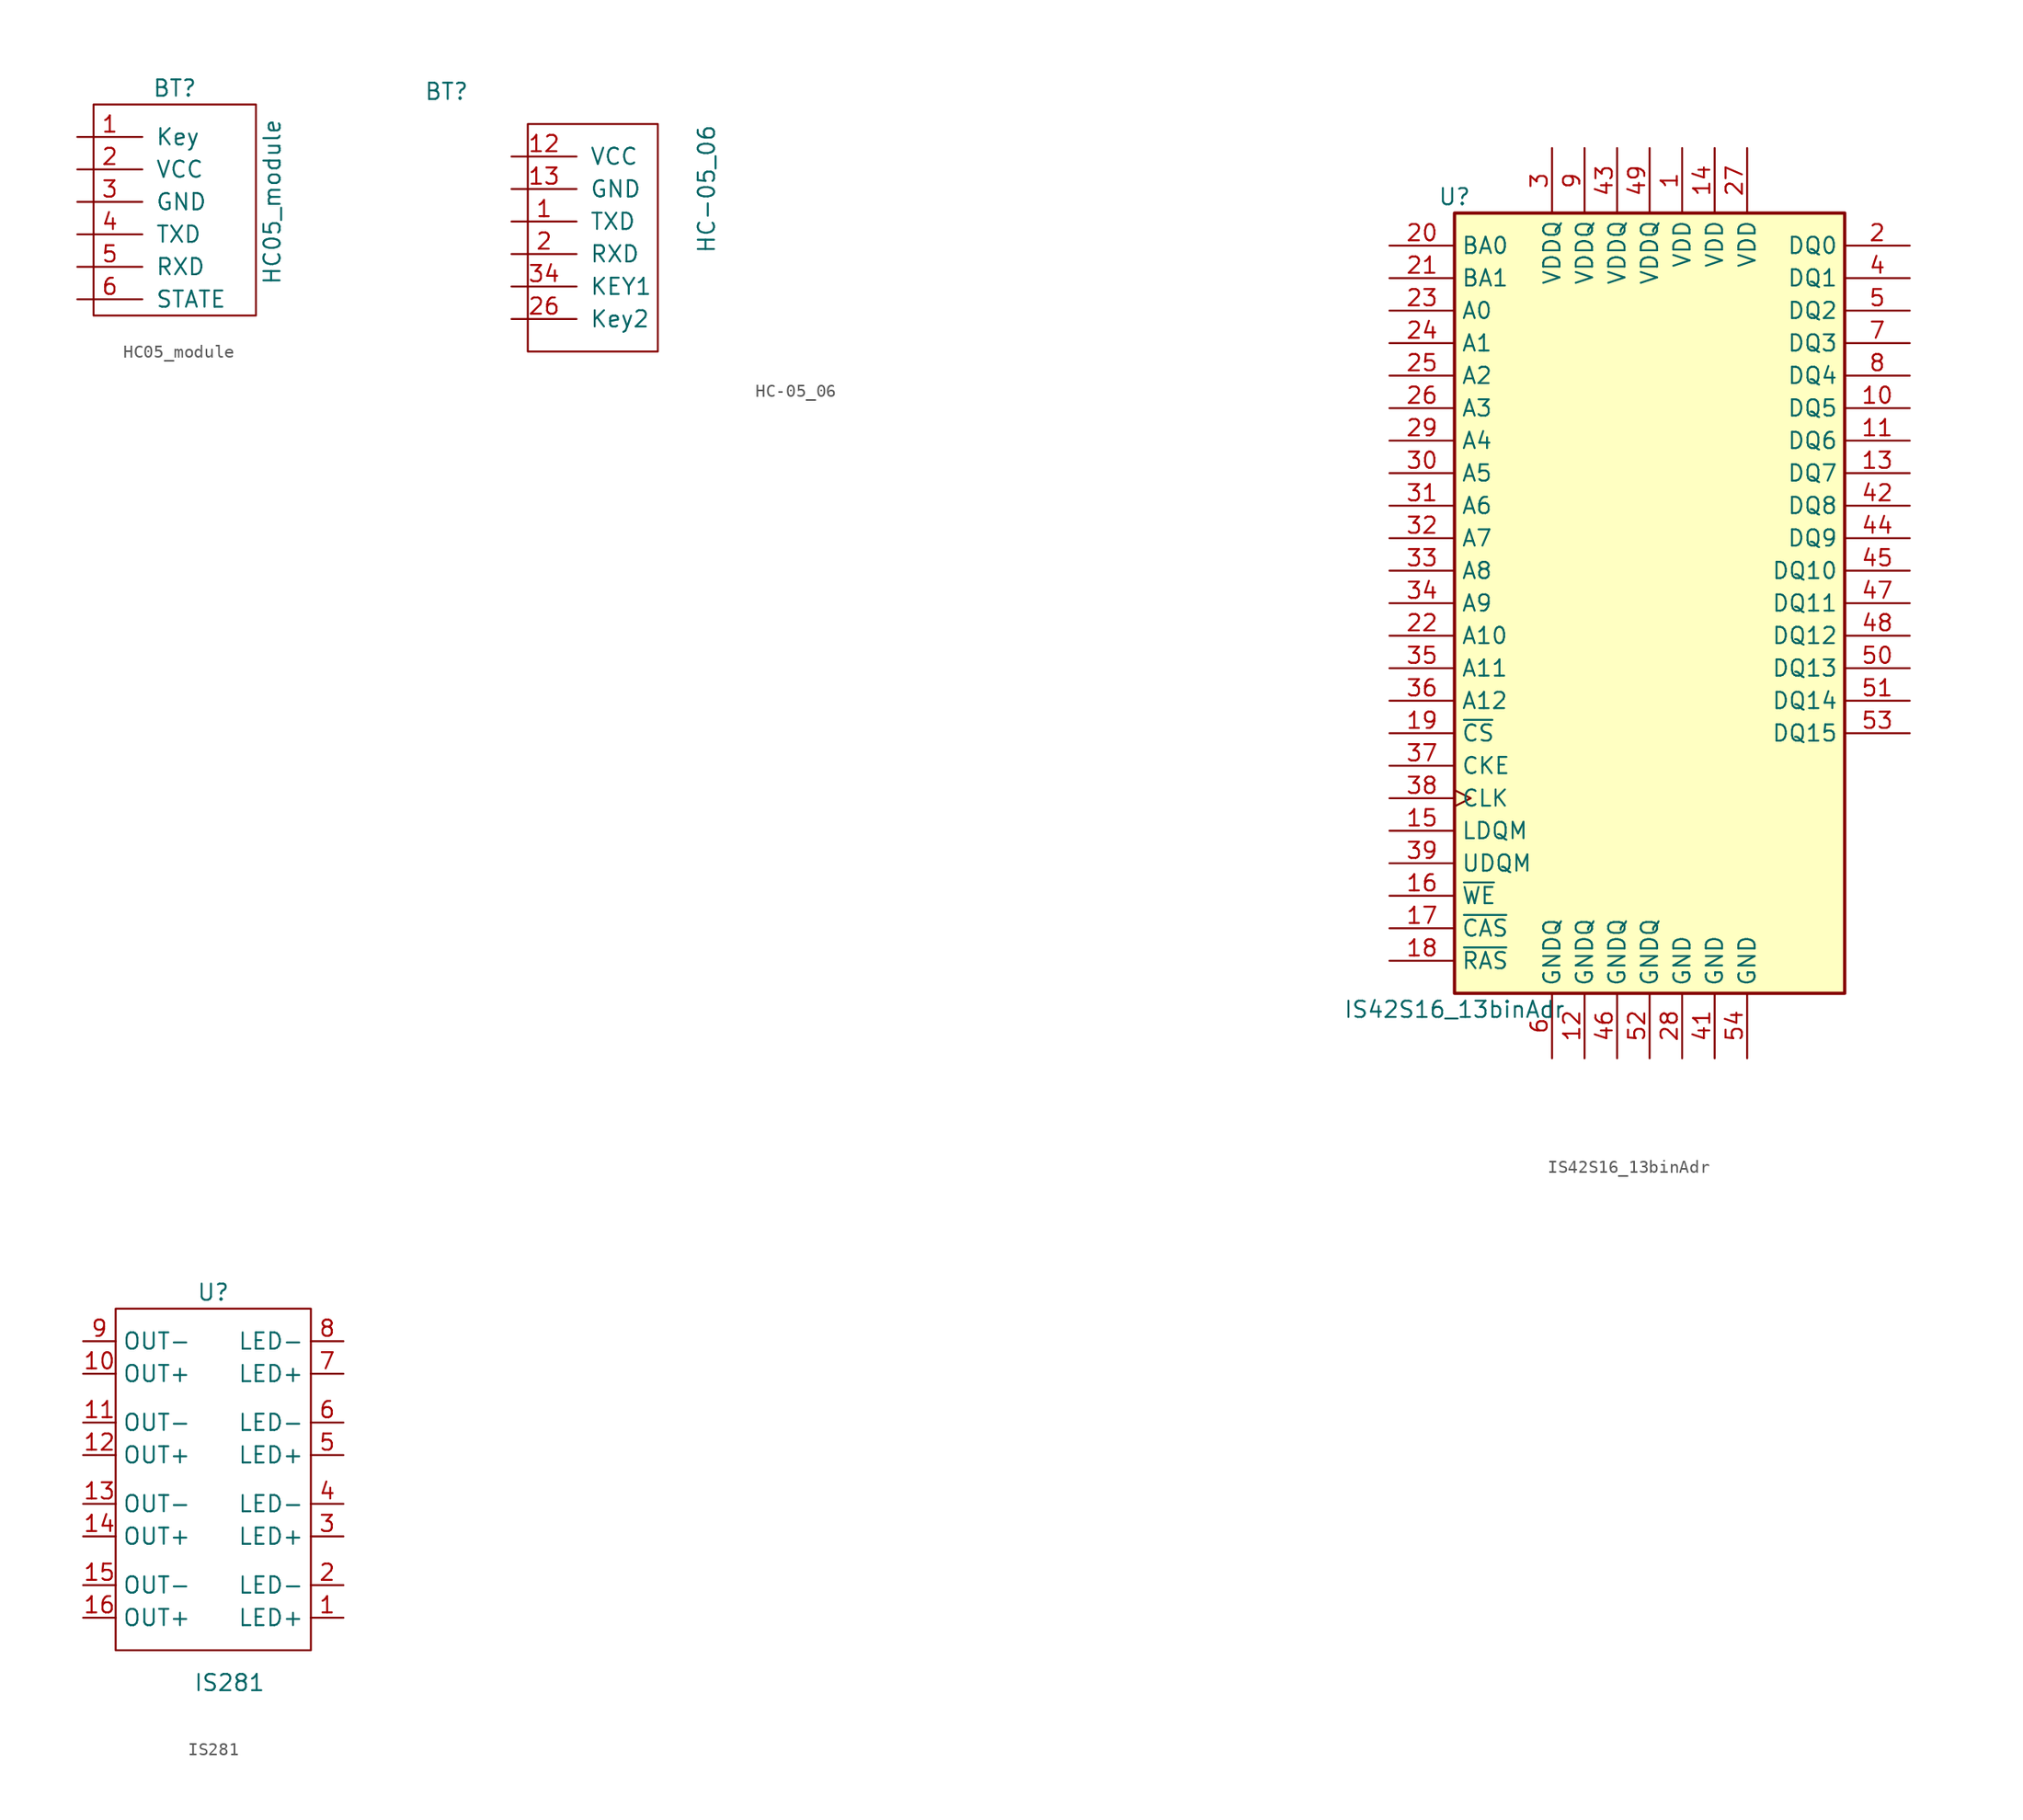
<source format=kicad_sym>
(kicad_symbol_lib
  (version 20211014)
  (generator kicad_symbol_editor)
  (symbol "HC05_module"
    (pin_names
      (offset 1.016))
    (property "Reference" "BT"
      (at 2.54 8.89 0)
      (effects (font (size 1.27 1.27))))
    (property "Value" "HC05_module"
      (at 10.16 0 90)
      (effects (font (size 1.27 1.27))))
    (symbol "HC05_module_0_1"
      (rectangle (start -3.81 7.62) (end 8.89 -8.89) (stroke (width 0) (type default) (color 0 0 0 0)) (fill (type none))))
    (symbol "HC05_module_1_1"
      (pin input line (at -5.08 5.08 0) (length 5.08) (name "Key" (effects (font (size 1.27 1.27)))) (number "1" (effects (font (size 1.27 1.27)))))
      (pin input line (at -5.08 2.54 0) (length 5.08) (name "VCC" (effects (font (size 1.27 1.27)))) (number "2" (effects (font (size 1.27 1.27)))))
      (pin input line (at -5.08 0 0) (length 5.08) (name "GND" (effects (font (size 1.27 1.27)))) (number "3" (effects (font (size 1.27 1.27)))))
      (pin output line (at -5.08 -2.54 0) (length 5.08) (name "TXD" (effects (font (size 1.27 1.27)))) (number "4" (effects (font (size 1.27 1.27)))))
      (pin input line (at -5.08 -5.08 0) (length 5.08) (name "RXD" (effects (font (size 1.27 1.27)))) (number "5" (effects (font (size 1.27 1.27)))))
      (pin input line (at -5.08 -7.62 0) (length 5.08) (name "STATE" (effects (font (size 1.27 1.27)))) (number "6" (effects (font (size 1.27 1.27)))))))
  (symbol "HC-05_06"
    (pin_names
      (offset 1.016))
    (property "Reference" "BT"
      (at -10.16 7.62 0)
      (effects (font (size 1.27 1.27))))
    (property "Value" "HC-05_06"
      (at 10.16 0 90)
      (effects (font (size 1.27 1.27))))
    (symbol "HC-05_06_0_1"
      (rectangle (start -3.81 5.08) (end 6.35 -12.7) (stroke (width 0) (type default) (color 0 0 0 0)) (fill (type none))))
    (symbol "HC-05_06_1_1"
      (pin output line (at -5.08 -2.54 0) (length 5.08) (name "TXD" (effects (font (size 1.27 1.27)))) (number "1" (effects (font (size 1.27 1.27)))))
      (pin input line (at 15.24 -11.43 0) (length 2.54) hide (name "" (effects (font (size 1.27 1.27)))) (number "10" (effects (font (size 1.27 1.27)))))
      (pin input line (at 24.13 6.35 0) (length 2.54) hide (name "" (effects (font (size 1.27 1.27)))) (number "11" (effects (font (size 1.27 1.27)))))
      (pin input line (at -5.08 2.54 0) (length 5.08) (name "VCC" (effects (font (size 1.27 1.27)))) (number "12" (effects (font (size 1.27 1.27)))))
      (pin input line (at -5.08 0 0) (length 5.08) (name "GND" (effects (font (size 1.27 1.27)))) (number "13" (effects (font (size 1.27 1.27)))))
      (pin input line (at 24.13 3.81 0) (length 2.54) hide (name "" (effects (font (size 1.27 1.27)))) (number "14" (effects (font (size 1.27 1.27)))))
      (pin input line (at 24.13 1.27 0) (length 2.54) hide (name "" (effects (font (size 1.27 1.27)))) (number "15" (effects (font (size 1.27 1.27)))))
      (pin input line (at 24.13 -1.27 0) (length 2.54) hide (name "" (effects (font (size 1.27 1.27)))) (number "16" (effects (font (size 1.27 1.27)))))
      (pin input line (at 24.13 -3.81 0) (length 2.54) hide (name "" (effects (font (size 1.27 1.27)))) (number "17" (effects (font (size 1.27 1.27)))))
      (pin input line (at 24.13 -6.35 0) (length 2.54) hide (name "" (effects (font (size 1.27 1.27)))) (number "18" (effects (font (size 1.27 1.27)))))
      (pin input line (at 24.13 -8.89 0) (length 2.54) hide (name "" (effects (font (size 1.27 1.27)))) (number "19" (effects (font (size 1.27 1.27)))))
      (pin input line (at -5.08 -5.08 0) (length 5.08) (name "RXD" (effects (font (size 1.27 1.27)))) (number "2" (effects (font (size 1.27 1.27)))))
      (pin input line (at 25.4 -11.43 0) (length 2.54) hide (name "" (effects (font (size 1.27 1.27)))) (number "20" (effects (font (size 1.27 1.27)))))
      (pin input line (at 33.02 6.35 0) (length 2.54) hide (name "" (effects (font (size 1.27 1.27)))) (number "21" (effects (font (size 1.27 1.27)))))
      (pin input line (at 33.02 3.81 0) (length 2.54) hide (name "" (effects (font (size 1.27 1.27)))) (number "22" (effects (font (size 1.27 1.27)))))
      (pin input line (at 33.02 1.27 0) (length 2.54) hide (name "" (effects (font (size 1.27 1.27)))) (number "23" (effects (font (size 1.27 1.27)))))
      (pin input line (at 33.02 -1.27 0) (length 2.54) hide (name "" (effects (font (size 1.27 1.27)))) (number "24" (effects (font (size 1.27 1.27)))))
      (pin input line (at 33.02 -3.81 0) (length 2.54) hide (name "" (effects (font (size 1.27 1.27)))) (number "25" (effects (font (size 1.27 1.27)))))
      (pin input line (at -5.08 -10.16 0) (length 5.08) (name "Key2" (effects (font (size 1.27 1.27)))) (number "26" (effects (font (size 1.27 1.27)))))
      (pin input line (at 33.02 -6.35 0) (length 2.54) hide (name "" (effects (font (size 1.27 1.27)))) (number "27" (effects (font (size 1.27 1.27)))))
      (pin input line (at 33.02 -8.89 0) (length 2.54) hide (name "" (effects (font (size 1.27 1.27)))) (number "28" (effects (font (size 1.27 1.27)))))
      (pin input line (at 33.02 -11.43 0) (length 2.54) hide (name "" (effects (font (size 1.27 1.27)))) (number "29" (effects (font (size 1.27 1.27)))))
      (pin input line (at 15.24 6.35 0) (length 2.54) hide (name "" (effects (font (size 1.27 1.27)))) (number "3" (effects (font (size 1.27 1.27)))))
      (pin input line (at 41.91 6.35 0) (length 2.54) hide (name "" (effects (font (size 1.27 1.27)))) (number "30" (effects (font (size 1.27 1.27)))))
      (pin input line (at 41.91 3.81 0) (length 2.54) hide (name "" (effects (font (size 1.27 1.27)))) (number "31" (effects (font (size 1.27 1.27)))))
      (pin input line (at 41.91 1.27 0) (length 2.54) hide (name "" (effects (font (size 1.27 1.27)))) (number "32" (effects (font (size 1.27 1.27)))))
      (pin input line (at 43.18 -1.27 0) (length 2.54) hide (name "" (effects (font (size 1.27 1.27)))) (number "33" (effects (font (size 1.27 1.27)))))
      (pin input line (at -5.08 -7.62 0) (length 5.08) (name "KEY1" (effects (font (size 1.27 1.27)))) (number "34" (effects (font (size 1.27 1.27)))))
      (pin input line (at 15.24 3.81 0) (length 2.54) hide (name "" (effects (font (size 1.27 1.27)))) (number "4" (effects (font (size 1.27 1.27)))))
      (pin input line (at 15.24 1.27 0) (length 2.54) hide (name "" (effects (font (size 1.27 1.27)))) (number "5" (effects (font (size 1.27 1.27)))))
      (pin input line (at 15.24 -1.27 0) (length 2.54) hide (name "" (effects (font (size 1.27 1.27)))) (number "6" (effects (font (size 1.27 1.27)))))
      (pin input line (at 15.24 -3.81 0) (length 2.54) hide (name "" (effects (font (size 1.27 1.27)))) (number "7" (effects (font (size 1.27 1.27)))))
      (pin input line (at 15.24 -6.35 0) (length 2.54) hide (name "" (effects (font (size 1.27 1.27)))) (number "8" (effects (font (size 1.27 1.27)))))
      (pin input line (at 15.24 -8.89 0) (length 2.54) hide (name "" (effects (font (size 1.27 1.27)))) (number "9" (effects (font (size 1.27 1.27)))))))
  (symbol "IS42S16_13binAdr"
    (property "Reference" "U"
      (at -15.24 31.75 0)
      (effects (font (size 1.27 1.27))))
    (property "Value" "IS42S16_13binAdr"
      (at -15.24 -31.75 0)
      (effects (font (size 1.27 1.27))))
    (symbol "IS42S16_13binAdr_1_1"
      (rectangle (start -15.24 30.48) (end 15.24 -30.48) (stroke (width 0.254) (type default) (color 0 0 0 0)) (fill (type background)))
      (pin power_in line (at 2.54 35.56 270) (length 5.08) (name "VDD" (effects (font (size 1.27 1.27)))) (number "1" (effects (font (size 1.27 1.27)))))
      (pin bidirectional line (at 20.32 15.24 180) (length 5.08) (name "DQ5" (effects (font (size 1.27 1.27)))) (number "10" (effects (font (size 1.27 1.27)))))
      (pin bidirectional line (at 20.32 12.7 180) (length 5.08) (name "DQ6" (effects (font (size 1.27 1.27)))) (number "11" (effects (font (size 1.27 1.27)))))
      (pin power_in line (at -5.08 -35.56 90) (length 5.08) (name "GNDQ" (effects (font (size 1.27 1.27)))) (number "12" (effects (font (size 1.27 1.27)))))
      (pin bidirectional line (at 20.32 10.16 180) (length 5.08) (name "DQ7" (effects (font (size 1.27 1.27)))) (number "13" (effects (font (size 1.27 1.27)))))
      (pin power_in line (at 5.08 35.56 270) (length 5.08) (name "VDD" (effects (font (size 1.27 1.27)))) (number "14" (effects (font (size 1.27 1.27)))))
      (pin input line (at -20.32 -17.78 0) (length 5.08) (name "LDQM" (effects (font (size 1.27 1.27)))) (number "15" (effects (font (size 1.27 1.27)))))
      (pin input line (at -20.32 -22.86 0) (length 5.08) (name "~{WE}" (effects (font (size 1.27 1.27)))) (number "16" (effects (font (size 1.27 1.27)))))
      (pin input line (at -20.32 -25.4 0) (length 5.08) (name "~{CAS}" (effects (font (size 1.27 1.27)))) (number "17" (effects (font (size 1.27 1.27)))))
      (pin input line (at -20.32 -27.94 0) (length 5.08) (name "~{RAS}" (effects (font (size 1.27 1.27)))) (number "18" (effects (font (size 1.27 1.27)))))
      (pin input line (at -20.32 -10.16 0) (length 5.08) (name "~{CS}" (effects (font (size 1.27 1.27)))) (number "19" (effects (font (size 1.27 1.27)))))
      (pin bidirectional line (at 20.32 27.94 180) (length 5.08) (name "DQ0" (effects (font (size 1.27 1.27)))) (number "2" (effects (font (size 1.27 1.27)))))
      (pin input line (at -20.32 27.94 0) (length 5.08) (name "BA0" (effects (font (size 1.27 1.27)))) (number "20" (effects (font (size 1.27 1.27)))))
      (pin input line (at -20.32 25.4 0) (length 5.08) (name "BA1" (effects (font (size 1.27 1.27)))) (number "21" (effects (font (size 1.27 1.27)))))
      (pin input line (at -20.32 -2.54 0) (length 5.08) (name "A10" (effects (font (size 1.27 1.27)))) (number "22" (effects (font (size 1.27 1.27)))))
      (pin input line (at -20.32 22.86 0) (length 5.08) (name "A0" (effects (font (size 1.27 1.27)))) (number "23" (effects (font (size 1.27 1.27)))))
      (pin input line (at -20.32 20.32 0) (length 5.08) (name "A1" (effects (font (size 1.27 1.27)))) (number "24" (effects (font (size 1.27 1.27)))))
      (pin input line (at -20.32 17.78 0) (length 5.08) (name "A2" (effects (font (size 1.27 1.27)))) (number "25" (effects (font (size 1.27 1.27)))))
      (pin input line (at -20.32 15.24 0) (length 5.08) (name "A3" (effects (font (size 1.27 1.27)))) (number "26" (effects (font (size 1.27 1.27)))))
      (pin power_in line (at 7.62 35.56 270) (length 5.08) (name "VDD" (effects (font (size 1.27 1.27)))) (number "27" (effects (font (size 1.27 1.27)))))
      (pin power_in line (at 2.54 -35.56 90) (length 5.08) (name "GND" (effects (font (size 1.27 1.27)))) (number "28" (effects (font (size 1.27 1.27)))))
      (pin input line (at -20.32 12.7 0) (length 5.08) (name "A4" (effects (font (size 1.27 1.27)))) (number "29" (effects (font (size 1.27 1.27)))))
      (pin power_in line (at -7.62 35.56 270) (length 5.08) (name "VDDQ" (effects (font (size 1.27 1.27)))) (number "3" (effects (font (size 1.27 1.27)))))
      (pin input line (at -20.32 10.16 0) (length 5.08) (name "A5" (effects (font (size 1.27 1.27)))) (number "30" (effects (font (size 1.27 1.27)))))
      (pin input line (at -20.32 7.62 0) (length 5.08) (name "A6" (effects (font (size 1.27 1.27)))) (number "31" (effects (font (size 1.27 1.27)))))
      (pin input line (at -20.32 5.08 0) (length 5.08) (name "A7" (effects (font (size 1.27 1.27)))) (number "32" (effects (font (size 1.27 1.27)))))
      (pin input line (at -20.32 2.54 0) (length 5.08) (name "A8" (effects (font (size 1.27 1.27)))) (number "33" (effects (font (size 1.27 1.27)))))
      (pin input line (at -20.32 0 0) (length 5.08) (name "A9" (effects (font (size 1.27 1.27)))) (number "34" (effects (font (size 1.27 1.27)))))
      (pin input line (at -20.32 -5.08 0) (length 5.08) (name "A11" (effects (font (size 1.27 1.27)))) (number "35" (effects (font (size 1.27 1.27)))))
      (pin input line (at -20.32 -7.62 0) (length 5.08) (name "A12" (effects (font (size 1.27 1.27)))) (number "36" (effects (font (size 1.27 1.27)))))
      (pin input line (at -20.32 -12.7 0) (length 5.08) (name "CKE" (effects (font (size 1.27 1.27)))) (number "37" (effects (font (size 1.27 1.27)))))
      (pin input clock (at -20.32 -15.24 0) (length 5.08) (name "CLK" (effects (font (size 1.27 1.27)))) (number "38" (effects (font (size 1.27 1.27)))))
      (pin input line (at -20.32 -20.32 0) (length 5.08) (name "UDQM" (effects (font (size 1.27 1.27)))) (number "39" (effects (font (size 1.27 1.27)))))
      (pin bidirectional line (at 20.32 25.4 180) (length 5.08) (name "DQ1" (effects (font (size 1.27 1.27)))) (number "4" (effects (font (size 1.27 1.27)))))
      (pin no_connect line (at 15.24 -20.32 180) (length 5.08) hide (name "NC" (effects (font (size 1.27 1.27)))) (number "40" (effects (font (size 1.27 1.27)))))
      (pin power_in line (at 5.08 -35.56 90) (length 5.08) (name "GND" (effects (font (size 1.27 1.27)))) (number "41" (effects (font (size 1.27 1.27)))))
      (pin bidirectional line (at 20.32 7.62 180) (length 5.08) (name "DQ8" (effects (font (size 1.27 1.27)))) (number "42" (effects (font (size 1.27 1.27)))))
      (pin power_in line (at -2.54 35.56 270) (length 5.08) (name "VDDQ" (effects (font (size 1.27 1.27)))) (number "43" (effects (font (size 1.27 1.27)))))
      (pin bidirectional line (at 20.32 5.08 180) (length 5.08) (name "DQ9" (effects (font (size 1.27 1.27)))) (number "44" (effects (font (size 1.27 1.27)))))
      (pin bidirectional line (at 20.32 2.54 180) (length 5.08) (name "DQ10" (effects (font (size 1.27 1.27)))) (number "45" (effects (font (size 1.27 1.27)))))
      (pin power_in line (at -2.54 -35.56 90) (length 5.08) (name "GNDQ" (effects (font (size 1.27 1.27)))) (number "46" (effects (font (size 1.27 1.27)))))
      (pin bidirectional line (at 20.32 0 180) (length 5.08) (name "DQ11" (effects (font (size 1.27 1.27)))) (number "47" (effects (font (size 1.27 1.27)))))
      (pin bidirectional line (at 20.32 -2.54 180) (length 5.08) (name "DQ12" (effects (font (size 1.27 1.27)))) (number "48" (effects (font (size 1.27 1.27)))))
      (pin power_in line (at 0 35.56 270) (length 5.08) (name "VDDQ" (effects (font (size 1.27 1.27)))) (number "49" (effects (font (size 1.27 1.27)))))
      (pin bidirectional line (at 20.32 22.86 180) (length 5.08) (name "DQ2" (effects (font (size 1.27 1.27)))) (number "5" (effects (font (size 1.27 1.27)))))
      (pin bidirectional line (at 20.32 -5.08 180) (length 5.08) (name "DQ13" (effects (font (size 1.27 1.27)))) (number "50" (effects (font (size 1.27 1.27)))))
      (pin bidirectional line (at 20.32 -7.62 180) (length 5.08) (name "DQ14" (effects (font (size 1.27 1.27)))) (number "51" (effects (font (size 1.27 1.27)))))
      (pin power_in line (at 0 -35.56 90) (length 5.08) (name "GNDQ" (effects (font (size 1.27 1.27)))) (number "52" (effects (font (size 1.27 1.27)))))
      (pin bidirectional line (at 20.32 -10.16 180) (length 5.08) (name "DQ15" (effects (font (size 1.27 1.27)))) (number "53" (effects (font (size 1.27 1.27)))))
      (pin power_in line (at 7.62 -35.56 90) (length 5.08) (name "GND" (effects (font (size 1.27 1.27)))) (number "54" (effects (font (size 1.27 1.27)))))
      (pin power_in line (at -7.62 -35.56 90) (length 5.08) (name "GNDQ" (effects (font (size 1.27 1.27)))) (number "6" (effects (font (size 1.27 1.27)))))
      (pin bidirectional line (at 20.32 20.32 180) (length 5.08) (name "DQ3" (effects (font (size 1.27 1.27)))) (number "7" (effects (font (size 1.27 1.27)))))
      (pin bidirectional line (at 20.32 17.78 180) (length 5.08) (name "DQ4" (effects (font (size 1.27 1.27)))) (number "8" (effects (font (size 1.27 1.27)))))
      (pin power_in line (at -5.08 35.56 270) (length 5.08) (name "VDDQ" (effects (font (size 1.27 1.27)))) (number "9" (effects (font (size 1.27 1.27)))))))
  (symbol "IS281"
    (property "Reference" "U"
      (at 10.16 27.94 0)
      (effects (font (size 1.27 1.27))))
    (property "Value" "IS281"
      (at 11.43 -2.54 0)
      (effects (font (size 1.27 1.27))))
    (symbol "IS281_0_1"
      (rectangle (start 2.54 26.67) (end 17.78 0) (stroke (width 0) (type default) (color 0 0 0 0)) (fill (type none))))
    (symbol "IS281_1_1"
      (pin input line (at 20.32 2.54 180) (length 2.54) (name "LED+" (effects (font (size 1.27 1.27)))) (number "1" (effects (font (size 1.27 1.27)))))
      (pin input line (at 0 21.59 0) (length 2.54) (name "OUT+" (effects (font (size 1.27 1.27)))) (number "10" (effects (font (size 1.27 1.27)))))
      (pin input line (at 0 17.78 0) (length 2.54) (name "OUT-" (effects (font (size 1.27 1.27)))) (number "11" (effects (font (size 1.27 1.27)))))
      (pin input line (at 0 15.24 0) (length 2.54) (name "OUT+" (effects (font (size 1.27 1.27)))) (number "12" (effects (font (size 1.27 1.27)))))
      (pin input line (at 0 11.43 0) (length 2.54) (name "OUT-" (effects (font (size 1.27 1.27)))) (number "13" (effects (font (size 1.27 1.27)))))
      (pin input line (at 0 8.89 0) (length 2.54) (name "OUT+" (effects (font (size 1.27 1.27)))) (number "14" (effects (font (size 1.27 1.27)))))
      (pin input line (at 0 5.08 0) (length 2.54) (name "OUT-" (effects (font (size 1.27 1.27)))) (number "15" (effects (font (size 1.27 1.27)))))
      (pin input line (at 0 2.54 0) (length 2.54) (name "OUT+" (effects (font (size 1.27 1.27)))) (number "16" (effects (font (size 1.27 1.27)))))
      (pin input line (at 20.32 5.08 180) (length 2.54) (name "LED-" (effects (font (size 1.27 1.27)))) (number "2" (effects (font (size 1.27 1.27)))))
      (pin input line (at 20.32 8.89 180) (length 2.54) (name "LED+" (effects (font (size 1.27 1.27)))) (number "3" (effects (font (size 1.27 1.27)))))
      (pin input line (at 20.32 11.43 180) (length 2.54) (name "LED-" (effects (font (size 1.27 1.27)))) (number "4" (effects (font (size 1.27 1.27)))))
      (pin input line (at 20.32 15.24 180) (length 2.54) (name "LED+" (effects (font (size 1.27 1.27)))) (number "5" (effects (font (size 1.27 1.27)))))
      (pin input line (at 20.32 17.78 180) (length 2.54) (name "LED-" (effects (font (size 1.27 1.27)))) (number "6" (effects (font (size 1.27 1.27)))))
      (pin input line (at 20.32 21.59 180) (length 2.54) (name "LED+" (effects (font (size 1.27 1.27)))) (number "7" (effects (font (size 1.27 1.27)))))
      (pin input line (at 20.32 24.13 180) (length 2.54) (name "LED-" (effects (font (size 1.27 1.27)))) (number "8" (effects (font (size 1.27 1.27)))))
      (pin input line (at 0 24.13 0) (length 2.54) (name "OUT-" (effects (font (size 1.27 1.27)))) (number "9" (effects (font (size 1.27 1.27))))))))
</source>
